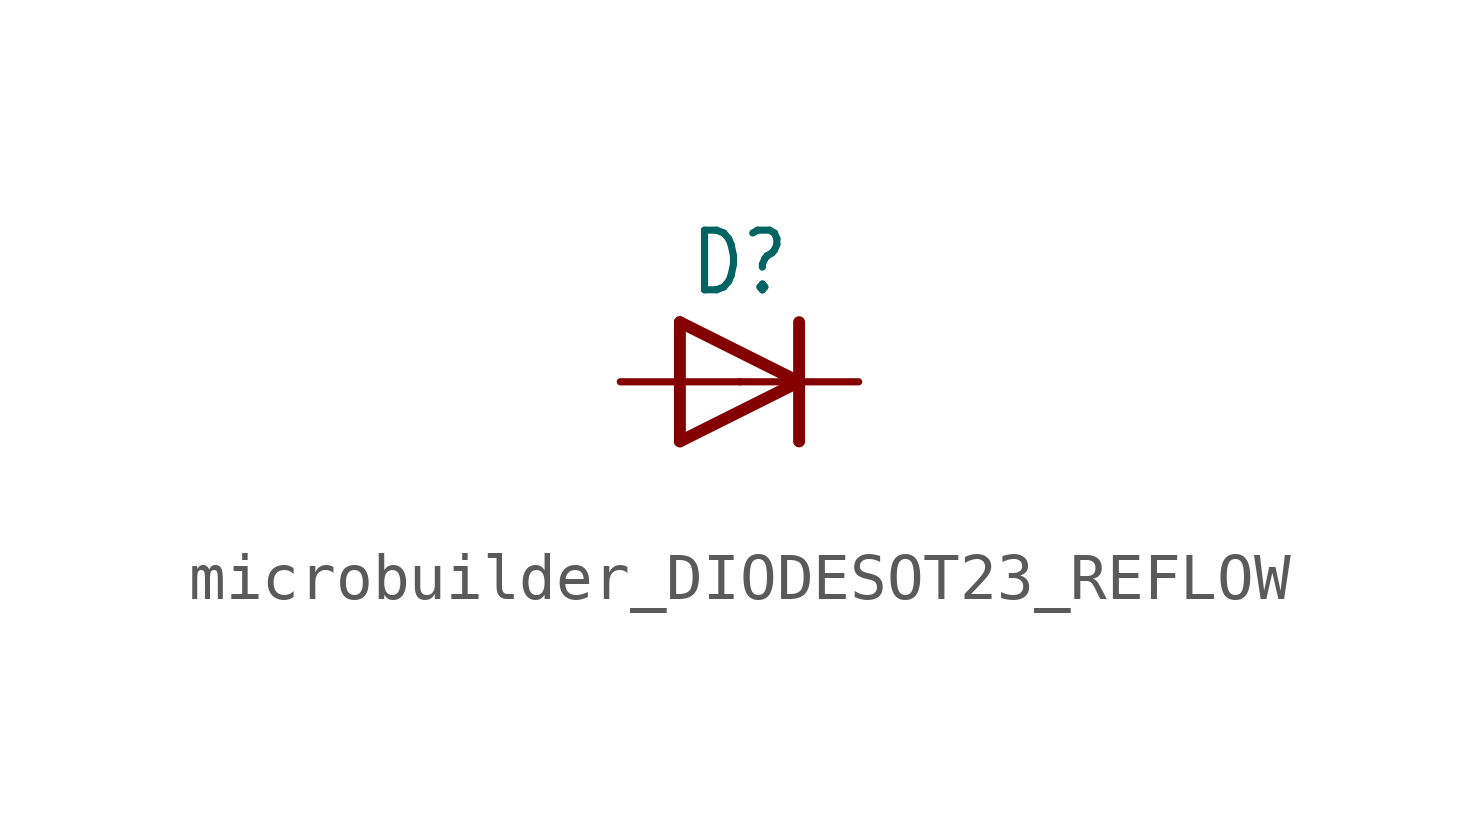
<source format=kicad_sym>
(kicad_symbol_lib
  (version 20231120)
  (generator "kicad_symbol_editor")
  (generator_version "8.0")
  (symbol "microbuilder_DIODESOT23_REFLOW"
    (property "Reference" "D"
      (at 0 2.54 0)
      (effects (font (size 1.27 1.079))))
    (property "Value" ""
      (at 0 -2.5 0)
      (effects (font (size 1.27 1.079))))
    (property "ki_locked" ""
      (at 0 0 0)
      (effects (font (size 1.27 1.27))))
    (symbol "microbuilder_DIODESOT23_REFLOW_1_0"
      (polyline (pts (xy -1.27 -1.27) (xy 1.27 0)) (stroke (width 0.254) (type solid)) (fill (type none)))
      (polyline (pts (xy -1.27 1.27) (xy -1.27 -1.27)) (stroke (width 0.254) (type solid)) (fill (type none)))
      (polyline (pts (xy 1.27 0) (xy -1.27 1.27)) (stroke (width 0.254) (type solid)) (fill (type none)))
      (polyline (pts (xy 1.27 0) (xy 1.27 -1.27)) (stroke (width 0.254) (type solid)) (fill (type none)))
      (polyline (pts (xy 1.27 1.27) (xy 1.27 0)) (stroke (width 0.254) (type solid)) (fill (type none)))
      (pin passive line (at -2.54 0 0) (length 2.54) (name "A" (effects (font (size 0 0)))) (number "1" (effects (font (size 0 0)))))
      (pin passive line (at 2.54 0 180) (length 2.54) (name "C" (effects (font (size 0 0)))) (number "3" (effects (font (size 0 0))))))))
</source>
